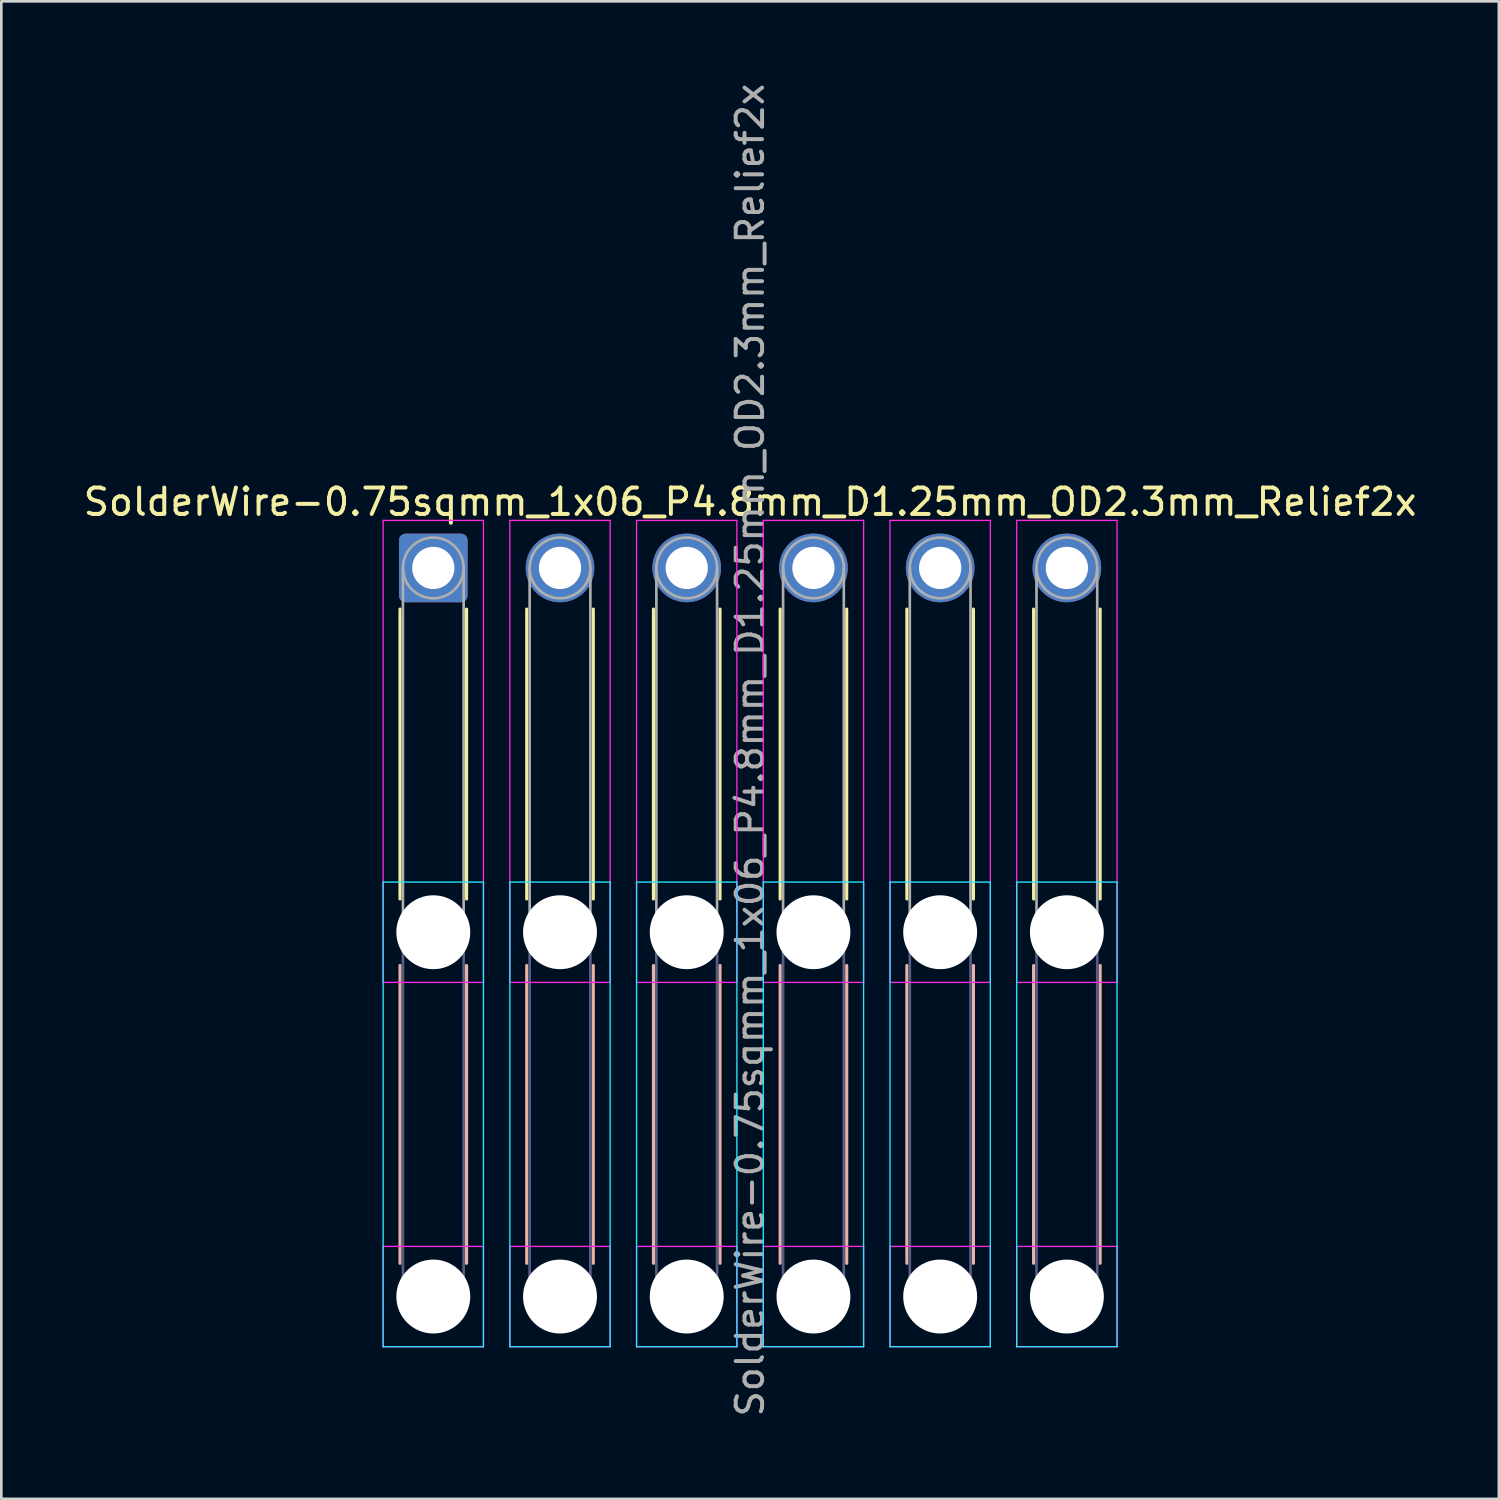
<source format=kicad_pcb>
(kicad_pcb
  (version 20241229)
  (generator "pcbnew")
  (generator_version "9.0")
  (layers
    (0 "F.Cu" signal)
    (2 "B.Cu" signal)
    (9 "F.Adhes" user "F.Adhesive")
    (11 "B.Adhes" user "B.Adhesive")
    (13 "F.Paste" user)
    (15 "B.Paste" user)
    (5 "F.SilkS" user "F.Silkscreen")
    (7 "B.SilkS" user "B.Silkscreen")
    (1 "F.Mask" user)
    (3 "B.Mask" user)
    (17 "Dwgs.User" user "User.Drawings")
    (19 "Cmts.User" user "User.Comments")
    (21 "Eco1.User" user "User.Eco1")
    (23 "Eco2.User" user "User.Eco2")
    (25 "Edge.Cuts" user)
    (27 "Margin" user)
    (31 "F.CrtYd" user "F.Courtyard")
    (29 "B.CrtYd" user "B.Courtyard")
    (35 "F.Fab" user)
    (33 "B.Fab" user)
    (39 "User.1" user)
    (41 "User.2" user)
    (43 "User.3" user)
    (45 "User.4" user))
  (footprint "SolderWire-0.75sqmm_1x06_P4.8mm_D1.25mm_OD2.3mm_Relief2x"
    (layer "F.Cu")
    (at 13.363 18.463)
    (property "Reference" "SolderWire-0.75sqmm_1x06_P4.8mm_D1.25mm_OD2.3mm_Relief2x" (at 12 -2.5 0) (layer "F.SilkS") (effects (font (size 1 1) (thickness 0.15))))
    (attr exclude_from_pos_files exclude_from_bom)
    (fp_line (start -1.26 1.56) (end -1.26 12.54) (stroke (width 0.12) (type solid)) (layer "F.SilkS"))
    (fp_line (start 1.26 1.56) (end 1.26 12.54) (stroke (width 0.12) (type solid)) (layer "F.SilkS"))
    (fp_line (start 3.54 1.56) (end 3.54 12.54) (stroke (width 0.12) (type solid)) (layer "F.SilkS"))
    (fp_line (start 6.06 1.56) (end 6.06 12.54) (stroke (width 0.12) (type solid)) (layer "F.SilkS"))
    (fp_line (start 8.34 1.56) (end 8.34 12.54) (stroke (width 0.12) (type solid)) (layer "F.SilkS"))
    (fp_line (start 10.86 1.56) (end 10.86 12.54) (stroke (width 0.12) (type solid)) (layer "F.SilkS"))
    (fp_line (start 13.14 1.56) (end 13.14 12.54) (stroke (width 0.12) (type solid)) (layer "F.SilkS"))
    (fp_line (start 15.66 1.56) (end 15.66 12.54) (stroke (width 0.12) (type solid)) (layer "F.SilkS"))
    (fp_line (start 17.94 1.56) (end 17.94 12.54) (stroke (width 0.12) (type solid)) (layer "F.SilkS"))
    (fp_line (start 20.46 1.56) (end 20.46 12.54) (stroke (width 0.12) (type solid)) (layer "F.SilkS"))
    (fp_line (start 22.74 1.56) (end 22.74 12.54) (stroke (width 0.12) (type solid)) (layer "F.SilkS"))
    (fp_line (start 25.26 1.56) (end 25.26 12.54) (stroke (width 0.12) (type solid)) (layer "F.SilkS"))
    (fp_line (start -1.26 15.06) (end -1.26 26.34) (stroke (width 0.12) (type solid)) (layer "B.SilkS"))
    (fp_line (start 1.26 15.06) (end 1.26 26.34) (stroke (width 0.12) (type solid)) (layer "B.SilkS"))
    (fp_line (start 3.54 15.06) (end 3.54 26.34) (stroke (width 0.12) (type solid)) (layer "B.SilkS"))
    (fp_line (start 6.06 15.06) (end 6.06 26.34) (stroke (width 0.12) (type solid)) (layer "B.SilkS"))
    (fp_line (start 8.34 15.06) (end 8.34 26.34) (stroke (width 0.12) (type solid)) (layer "B.SilkS"))
    (fp_line (start 10.86 15.06) (end 10.86 26.34) (stroke (width 0.12) (type solid)) (layer "B.SilkS"))
    (fp_line (start 13.14 15.06) (end 13.14 26.34) (stroke (width 0.12) (type solid)) (layer "B.SilkS"))
    (fp_line (start 15.66 15.06) (end 15.66 26.34) (stroke (width 0.12) (type solid)) (layer "B.SilkS"))
    (fp_line (start 17.94 15.06) (end 17.94 26.34) (stroke (width 0.12) (type solid)) (layer "B.SilkS"))
    (fp_line (start 20.46 15.06) (end 20.46 26.34) (stroke (width 0.12) (type solid)) (layer "B.SilkS"))
    (fp_line (start 22.74 15.06) (end 22.74 26.34) (stroke (width 0.12) (type solid)) (layer "B.SilkS"))
    (fp_line (start 25.26 15.06) (end 25.26 26.34) (stroke (width 0.12) (type solid)) (layer "B.SilkS"))
    (fp_line (start -1.9 11.9) (end -1.9 29.5) (stroke (width 0.05) (type solid)) (layer "B.CrtYd"))
    (fp_line (start -1.9 29.5) (end 1.9 29.5) (stroke (width 0.05) (type solid)) (layer "B.CrtYd"))
    (fp_line (start 1.9 11.9) (end -1.9 11.9) (stroke (width 0.05) (type solid)) (layer "B.CrtYd"))
    (fp_line (start 1.9 29.5) (end 1.9 11.9) (stroke (width 0.05) (type solid)) (layer "B.CrtYd"))
    (fp_line (start 2.9 11.9) (end 2.9 29.5) (stroke (width 0.05) (type solid)) (layer "B.CrtYd"))
    (fp_line (start 2.9 29.5) (end 6.7 29.5) (stroke (width 0.05) (type solid)) (layer "B.CrtYd"))
    (fp_line (start 6.7 11.9) (end 2.9 11.9) (stroke (width 0.05) (type solid)) (layer "B.CrtYd"))
    (fp_line (start 6.7 29.5) (end 6.7 11.9) (stroke (width 0.05) (type solid)) (layer "B.CrtYd"))
    (fp_line (start 7.7 11.9) (end 7.7 29.5) (stroke (width 0.05) (type solid)) (layer "B.CrtYd"))
    (fp_line (start 7.7 29.5) (end 11.5 29.5) (stroke (width 0.05) (type solid)) (layer "B.CrtYd"))
    (fp_line (start 11.5 11.9) (end 7.7 11.9) (stroke (width 0.05) (type solid)) (layer "B.CrtYd"))
    (fp_line (start 11.5 29.5) (end 11.5 11.9) (stroke (width 0.05) (type solid)) (layer "B.CrtYd"))
    (fp_line (start 12.5 11.9) (end 12.5 29.5) (stroke (width 0.05) (type solid)) (layer "B.CrtYd"))
    (fp_line (start 12.5 29.5) (end 16.3 29.5) (stroke (width 0.05) (type solid)) (layer "B.CrtYd"))
    (fp_line (start 16.3 11.9) (end 12.5 11.9) (stroke (width 0.05) (type solid)) (layer "B.CrtYd"))
    (fp_line (start 16.3 29.5) (end 16.3 11.9) (stroke (width 0.05) (type solid)) (layer "B.CrtYd"))
    (fp_line (start 17.3 11.9) (end 17.3 29.5) (stroke (width 0.05) (type solid)) (layer "B.CrtYd"))
    (fp_line (start 17.3 29.5) (end 21.1 29.5) (stroke (width 0.05) (type solid)) (layer "B.CrtYd"))
    (fp_line (start 21.1 11.9) (end 17.3 11.9) (stroke (width 0.05) (type solid)) (layer "B.CrtYd"))
    (fp_line (start 21.1 29.5) (end 21.1 11.9) (stroke (width 0.05) (type solid)) (layer "B.CrtYd"))
    (fp_line (start 22.1 11.9) (end 22.1 29.5) (stroke (width 0.05) (type solid)) (layer "B.CrtYd"))
    (fp_line (start 22.1 29.5) (end 25.9 29.5) (stroke (width 0.05) (type solid)) (layer "B.CrtYd"))
    (fp_line (start 25.9 11.9) (end 22.1 11.9) (stroke (width 0.05) (type solid)) (layer "B.CrtYd"))
    (fp_line (start 25.9 29.5) (end 25.9 11.9) (stroke (width 0.05) (type solid)) (layer "B.CrtYd"))
    (fp_line (start -1.9 -1.8) (end -1.9 15.7) (stroke (width 0.05) (type solid)) (layer "F.CrtYd"))
    (fp_line (start -1.9 15.7) (end 1.9 15.7) (stroke (width 0.05) (type solid)) (layer "F.CrtYd"))
    (fp_line (start -1.9 25.7) (end -1.9 29.5) (stroke (width 0.05) (type solid)) (layer "F.CrtYd"))
    (fp_line (start -1.9 29.5) (end 1.9 29.5) (stroke (width 0.05) (type solid)) (layer "F.CrtYd"))
    (fp_line (start 1.9 -1.8) (end -1.9 -1.8) (stroke (width 0.05) (type solid)) (layer "F.CrtYd"))
    (fp_line (start 1.9 15.7) (end 1.9 -1.8) (stroke (width 0.05) (type solid)) (layer "F.CrtYd"))
    (fp_line (start 1.9 25.7) (end -1.9 25.7) (stroke (width 0.05) (type solid)) (layer "F.CrtYd"))
    (fp_line (start 1.9 29.5) (end 1.9 25.7) (stroke (width 0.05) (type solid)) (layer "F.CrtYd"))
    (fp_line (start 2.9 -1.8) (end 2.9 15.7) (stroke (width 0.05) (type solid)) (layer "F.CrtYd"))
    (fp_line (start 2.9 15.7) (end 6.7 15.7) (stroke (width 0.05) (type solid)) (layer "F.CrtYd"))
    (fp_line (start 2.9 25.7) (end 2.9 29.5) (stroke (width 0.05) (type solid)) (layer "F.CrtYd"))
    (fp_line (start 2.9 29.5) (end 6.7 29.5) (stroke (width 0.05) (type solid)) (layer "F.CrtYd"))
    (fp_line (start 6.7 -1.8) (end 2.9 -1.8) (stroke (width 0.05) (type solid)) (layer "F.CrtYd"))
    (fp_line (start 6.7 15.7) (end 6.7 -1.8) (stroke (width 0.05) (type solid)) (layer "F.CrtYd"))
    (fp_line (start 6.7 25.7) (end 2.9 25.7) (stroke (width 0.05) (type solid)) (layer "F.CrtYd"))
    (fp_line (start 6.7 29.5) (end 6.7 25.7) (stroke (width 0.05) (type solid)) (layer "F.CrtYd"))
    (fp_line (start 7.7 -1.8) (end 7.7 15.7) (stroke (width 0.05) (type solid)) (layer "F.CrtYd"))
    (fp_line (start 7.7 15.7) (end 11.5 15.7) (stroke (width 0.05) (type solid)) (layer "F.CrtYd"))
    (fp_line (start 7.7 25.7) (end 7.7 29.5) (stroke (width 0.05) (type solid)) (layer "F.CrtYd"))
    (fp_line (start 7.7 29.5) (end 11.5 29.5) (stroke (width 0.05) (type solid)) (layer "F.CrtYd"))
    (fp_line (start 11.5 -1.8) (end 7.7 -1.8) (stroke (width 0.05) (type solid)) (layer "F.CrtYd"))
    (fp_line (start 11.5 15.7) (end 11.5 -1.8) (stroke (width 0.05) (type solid)) (layer "F.CrtYd"))
    (fp_line (start 11.5 25.7) (end 7.7 25.7) (stroke (width 0.05) (type solid)) (layer "F.CrtYd"))
    (fp_line (start 11.5 29.5) (end 11.5 25.7) (stroke (width 0.05) (type solid)) (layer "F.CrtYd"))
    (fp_line (start 12.5 -1.8) (end 12.5 15.7) (stroke (width 0.05) (type solid)) (layer "F.CrtYd"))
    (fp_line (start 12.5 15.7) (end 16.3 15.7) (stroke (width 0.05) (type solid)) (layer "F.CrtYd"))
    (fp_line (start 12.5 25.7) (end 12.5 29.5) (stroke (width 0.05) (type solid)) (layer "F.CrtYd"))
    (fp_line (start 12.5 29.5) (end 16.3 29.5) (stroke (width 0.05) (type solid)) (layer "F.CrtYd"))
    (fp_line (start 16.3 -1.8) (end 12.5 -1.8) (stroke (width 0.05) (type solid)) (layer "F.CrtYd"))
    (fp_line (start 16.3 15.7) (end 16.3 -1.8) (stroke (width 0.05) (type solid)) (layer "F.CrtYd"))
    (fp_line (start 16.3 25.7) (end 12.5 25.7) (stroke (width 0.05) (type solid)) (layer "F.CrtYd"))
    (fp_line (start 16.3 29.5) (end 16.3 25.7) (stroke (width 0.05) (type solid)) (layer "F.CrtYd"))
    (fp_line (start 17.3 -1.8) (end 17.3 15.7) (stroke (width 0.05) (type solid)) (layer "F.CrtYd"))
    (fp_line (start 17.3 15.7) (end 21.1 15.7) (stroke (width 0.05) (type solid)) (layer "F.CrtYd"))
    (fp_line (start 17.3 25.7) (end 17.3 29.5) (stroke (width 0.05) (type solid)) (layer "F.CrtYd"))
    (fp_line (start 17.3 29.5) (end 21.1 29.5) (stroke (width 0.05) (type solid)) (layer "F.CrtYd"))
    (fp_line (start 21.1 -1.8) (end 17.3 -1.8) (stroke (width 0.05) (type solid)) (layer "F.CrtYd"))
    (fp_line (start 21.1 15.7) (end 21.1 -1.8) (stroke (width 0.05) (type solid)) (layer "F.CrtYd"))
    (fp_line (start 21.1 25.7) (end 17.3 25.7) (stroke (width 0.05) (type solid)) (layer "F.CrtYd"))
    (fp_line (start 21.1 29.5) (end 21.1 25.7) (stroke (width 0.05) (type solid)) (layer "F.CrtYd"))
    (fp_line (start 22.1 -1.8) (end 22.1 15.7) (stroke (width 0.05) (type solid)) (layer "F.CrtYd"))
    (fp_line (start 22.1 15.7) (end 25.9 15.7) (stroke (width 0.05) (type solid)) (layer "F.CrtYd"))
    (fp_line (start 22.1 25.7) (end 22.1 29.5) (stroke (width 0.05) (type solid)) (layer "F.CrtYd"))
    (fp_line (start 22.1 29.5) (end 25.9 29.5) (stroke (width 0.05) (type solid)) (layer "F.CrtYd"))
    (fp_line (start 25.9 -1.8) (end 22.1 -1.8) (stroke (width 0.05) (type solid)) (layer "F.CrtYd"))
    (fp_line (start 25.9 15.7) (end 25.9 -1.8) (stroke (width 0.05) (type solid)) (layer "F.CrtYd"))
    (fp_line (start 25.9 25.7) (end 22.1 25.7) (stroke (width 0.05) (type solid)) (layer "F.CrtYd"))
    (fp_line (start 25.9 29.5) (end 25.9 25.7) (stroke (width 0.05) (type solid)) (layer "F.CrtYd"))
    (fp_line (start -1.15 13.8) (end -1.15 27.6) (stroke (width 0.1) (type solid)) (layer "B.Fab"))
    (fp_line (start 1.15 13.8) (end 1.15 27.6) (stroke (width 0.1) (type solid)) (layer "B.Fab"))
    (fp_line (start 3.65 13.8) (end 3.65 27.6) (stroke (width 0.1) (type solid)) (layer "B.Fab"))
    (fp_line (start 5.95 13.8) (end 5.95 27.6) (stroke (width 0.1) (type solid)) (layer "B.Fab"))
    (fp_line (start 8.45 13.8) (end 8.45 27.6) (stroke (width 0.1) (type solid)) (layer "B.Fab"))
    (fp_line (start 10.75 13.8) (end 10.75 27.6) (stroke (width 0.1) (type solid)) (layer "B.Fab"))
    (fp_line (start 13.25 13.8) (end 13.25 27.6) (stroke (width 0.1) (type solid)) (layer "B.Fab"))
    (fp_line (start 15.55 13.8) (end 15.55 27.6) (stroke (width 0.1) (type solid)) (layer "B.Fab"))
    (fp_line (start 18.05 13.8) (end 18.05 27.6) (stroke (width 0.1) (type solid)) (layer "B.Fab"))
    (fp_line (start 20.35 13.8) (end 20.35 27.6) (stroke (width 0.1) (type solid)) (layer "B.Fab"))
    (fp_line (start 22.85 13.8) (end 22.85 27.6) (stroke (width 0.1) (type solid)) (layer "B.Fab"))
    (fp_line (start 25.15 13.8) (end 25.15 27.6) (stroke (width 0.1) (type solid)) (layer "B.Fab"))
    (fp_circle (center 0 13.8) (end 1.15 13.8) (stroke (width 0.1) (type solid)) (fill no) (layer "B.Fab"))
    (fp_circle (center 0 27.6) (end 1.15 27.6) (stroke (width 0.1) (type solid)) (fill no) (layer "B.Fab"))
    (fp_circle (center 4.8 13.8) (end 5.95 13.8) (stroke (width 0.1) (type solid)) (fill no) (layer "B.Fab"))
    (fp_circle (center 4.8 27.6) (end 5.95 27.6) (stroke (width 0.1) (type solid)) (fill no) (layer "B.Fab"))
    (fp_circle (center 9.6 13.8) (end 10.75 13.8) (stroke (width 0.1) (type solid)) (fill no) (layer "B.Fab"))
    (fp_circle (center 9.6 27.6) (end 10.75 27.6) (stroke (width 0.1) (type solid)) (fill no) (layer "B.Fab"))
    (fp_circle (center 14.4 13.8) (end 15.55 13.8) (stroke (width 0.1) (type solid)) (fill no) (layer "B.Fab"))
    (fp_circle (center 14.4 27.6) (end 15.55 27.6) (stroke (width 0.1) (type solid)) (fill no) (layer "B.Fab"))
    (fp_circle (center 19.2 13.8) (end 20.35 13.8) (stroke (width 0.1) (type solid)) (fill no) (layer "B.Fab"))
    (fp_circle (center 19.2 27.6) (end 20.35 27.6) (stroke (width 0.1) (type solid)) (fill no) (layer "B.Fab"))
    (fp_circle (center 24 13.8) (end 25.15 13.8) (stroke (width 0.1) (type solid)) (fill no) (layer "B.Fab"))
    (fp_circle (center 24 27.6) (end 25.15 27.6) (stroke (width 0.1) (type solid)) (fill no) (layer "B.Fab"))
    (fp_line (start -1.15 0) (end -1.15 13.8) (stroke (width 0.1) (type solid)) (layer "F.Fab"))
    (fp_line (start 1.15 0) (end 1.15 13.8) (stroke (width 0.1) (type solid)) (layer "F.Fab"))
    (fp_line (start 3.65 0) (end 3.65 13.8) (stroke (width 0.1) (type solid)) (layer "F.Fab"))
    (fp_line (start 5.95 0) (end 5.95 13.8) (stroke (width 0.1) (type solid)) (layer "F.Fab"))
    (fp_line (start 8.45 0) (end 8.45 13.8) (stroke (width 0.1) (type solid)) (layer "F.Fab"))
    (fp_line (start 10.75 0) (end 10.75 13.8) (stroke (width 0.1) (type solid)) (layer "F.Fab"))
    (fp_line (start 13.25 0) (end 13.25 13.8) (stroke (width 0.1) (type solid)) (layer "F.Fab"))
    (fp_line (start 15.55 0) (end 15.55 13.8) (stroke (width 0.1) (type solid)) (layer "F.Fab"))
    (fp_line (start 18.05 0) (end 18.05 13.8) (stroke (width 0.1) (type solid)) (layer "F.Fab"))
    (fp_line (start 20.35 0) (end 20.35 13.8) (stroke (width 0.1) (type solid)) (layer "F.Fab"))
    (fp_line (start 22.85 0) (end 22.85 13.8) (stroke (width 0.1) (type solid)) (layer "F.Fab"))
    (fp_line (start 25.15 0) (end 25.15 13.8) (stroke (width 0.1) (type solid)) (layer "F.Fab"))
    (fp_circle (center 0 0) (end 1.15 0) (stroke (width 0.1) (type solid)) (fill no) (layer "F.Fab"))
    (fp_circle (center 0 13.8) (end 1.15 13.8) (stroke (width 0.1) (type solid)) (fill no) (layer "F.Fab"))
    (fp_circle (center 0 27.6) (end 1.15 27.6) (stroke (width 0.1) (type solid)) (fill no) (layer "F.Fab"))
    (fp_circle (center 4.8 0) (end 5.95 0) (stroke (width 0.1) (type solid)) (fill no) (layer "F.Fab"))
    (fp_circle (center 4.8 13.8) (end 5.95 13.8) (stroke (width 0.1) (type solid)) (fill no) (layer "F.Fab"))
    (fp_circle (center 4.8 27.6) (end 5.95 27.6) (stroke (width 0.1) (type solid)) (fill no) (layer "F.Fab"))
    (fp_circle (center 9.6 0) (end 10.75 0) (stroke (width 0.1) (type solid)) (fill no) (layer "F.Fab"))
    (fp_circle (center 9.6 13.8) (end 10.75 13.8) (stroke (width 0.1) (type solid)) (fill no) (layer "F.Fab"))
    (fp_circle (center 9.6 27.6) (end 10.75 27.6) (stroke (width 0.1) (type solid)) (fill no) (layer "F.Fab"))
    (fp_circle (center 14.4 0) (end 15.55 0) (stroke (width 0.1) (type solid)) (fill no) (layer "F.Fab"))
    (fp_circle (center 14.4 13.8) (end 15.55 13.8) (stroke (width 0.1) (type solid)) (fill no) (layer "F.Fab"))
    (fp_circle (center 14.4 27.6) (end 15.55 27.6) (stroke (width 0.1) (type solid)) (fill no) (layer "F.Fab"))
    (fp_circle (center 19.2 0) (end 20.35 0) (stroke (width 0.1) (type solid)) (fill no) (layer "F.Fab"))
    (fp_circle (center 19.2 13.8) (end 20.35 13.8) (stroke (width 0.1) (type solid)) (fill no) (layer "F.Fab"))
    (fp_circle (center 19.2 27.6) (end 20.35 27.6) (stroke (width 0.1) (type solid)) (fill no) (layer "F.Fab"))
    (fp_circle (center 24 0) (end 25.15 0) (stroke (width 0.1) (type solid)) (fill no) (layer "F.Fab"))
    (fp_circle (center 24 13.8) (end 25.15 13.8) (stroke (width 0.1) (type solid)) (fill no) (layer "F.Fab"))
    (fp_circle (center 24 27.6) (end 25.15 27.6) (stroke (width 0.1) (type solid)) (fill no) (layer "F.Fab"))
    (fp_text user "${REFERENCE}" (at 12 6.9 90) (layer "F.Fab") (effects (font (size 1 1) (thickness 0.15))))
    (pad "" np_thru_hole circle (at 0 13.8) (size 2.8 2.8) (drill 2.8) (layers "*.Cu" "*.Mask"))
    (pad "" np_thru_hole circle (at 0 27.6) (size 2.8 2.8) (drill 2.8) (layers "*.Cu" "*.Mask"))
    (pad "" np_thru_hole circle (at 4.8 13.8) (size 2.8 2.8) (drill 2.8) (layers "*.Cu" "*.Mask"))
    (pad "" np_thru_hole circle (at 4.8 27.6) (size 2.8 2.8) (drill 2.8) (layers "*.Cu" "*.Mask"))
    (pad "" np_thru_hole circle (at 9.6 13.8) (size 2.8 2.8) (drill 2.8) (layers "*.Cu" "*.Mask"))
    (pad "" np_thru_hole circle (at 9.6 27.6) (size 2.8 2.8) (drill 2.8) (layers "*.Cu" "*.Mask"))
    (pad "" np_thru_hole circle (at 14.4 13.8) (size 2.8 2.8) (drill 2.8) (layers "*.Cu" "*.Mask"))
    (pad "" np_thru_hole circle (at 14.4 27.6) (size 2.8 2.8) (drill 2.8) (layers "*.Cu" "*.Mask"))
    (pad "" np_thru_hole circle (at 19.2 13.8) (size 2.8 2.8) (drill 2.8) (layers "*.Cu" "*.Mask"))
    (pad "" np_thru_hole circle (at 19.2 27.6) (size 2.8 2.8) (drill 2.8) (layers "*.Cu" "*.Mask"))
    (pad "" np_thru_hole circle (at 24 13.8) (size 2.8 2.8) (drill 2.8) (layers "*.Cu" "*.Mask"))
    (pad "" np_thru_hole circle (at 24 27.6) (size 2.8 2.8) (drill 2.8) (layers "*.Cu" "*.Mask"))
    (pad "1" thru_hole roundrect (at 0 0) (size 2.6 2.6) (drill 1.6) (layers "*.Cu" "*.Mask") (roundrect_rratio 0.096))
    (pad "2" thru_hole circle (at 4.8 0) (size 2.6 2.6) (drill 1.6) (layers "*.Cu" "*.Mask"))
    (pad "3" thru_hole circle (at 9.6 0) (size 2.6 2.6) (drill 1.6) (layers "*.Cu" "*.Mask"))
    (pad "4" thru_hole circle (at 14.4 0) (size 2.6 2.6) (drill 1.6) (layers "*.Cu" "*.Mask"))
    (pad "5" thru_hole circle (at 19.2 0) (size 2.6 2.6) (drill 1.6) (layers "*.Cu" "*.Mask"))
    (pad "6" thru_hole circle (at 24 0) (size 2.6 2.6) (drill 1.6) (layers "*.Cu" "*.Mask")))
  (gr_rect
    (start -3 -3)
    (end 53.726 53.726)
    (stroke (width 0.1) (type default))
    (fill no)
    (layer "Edge.Cuts")))
</source>
